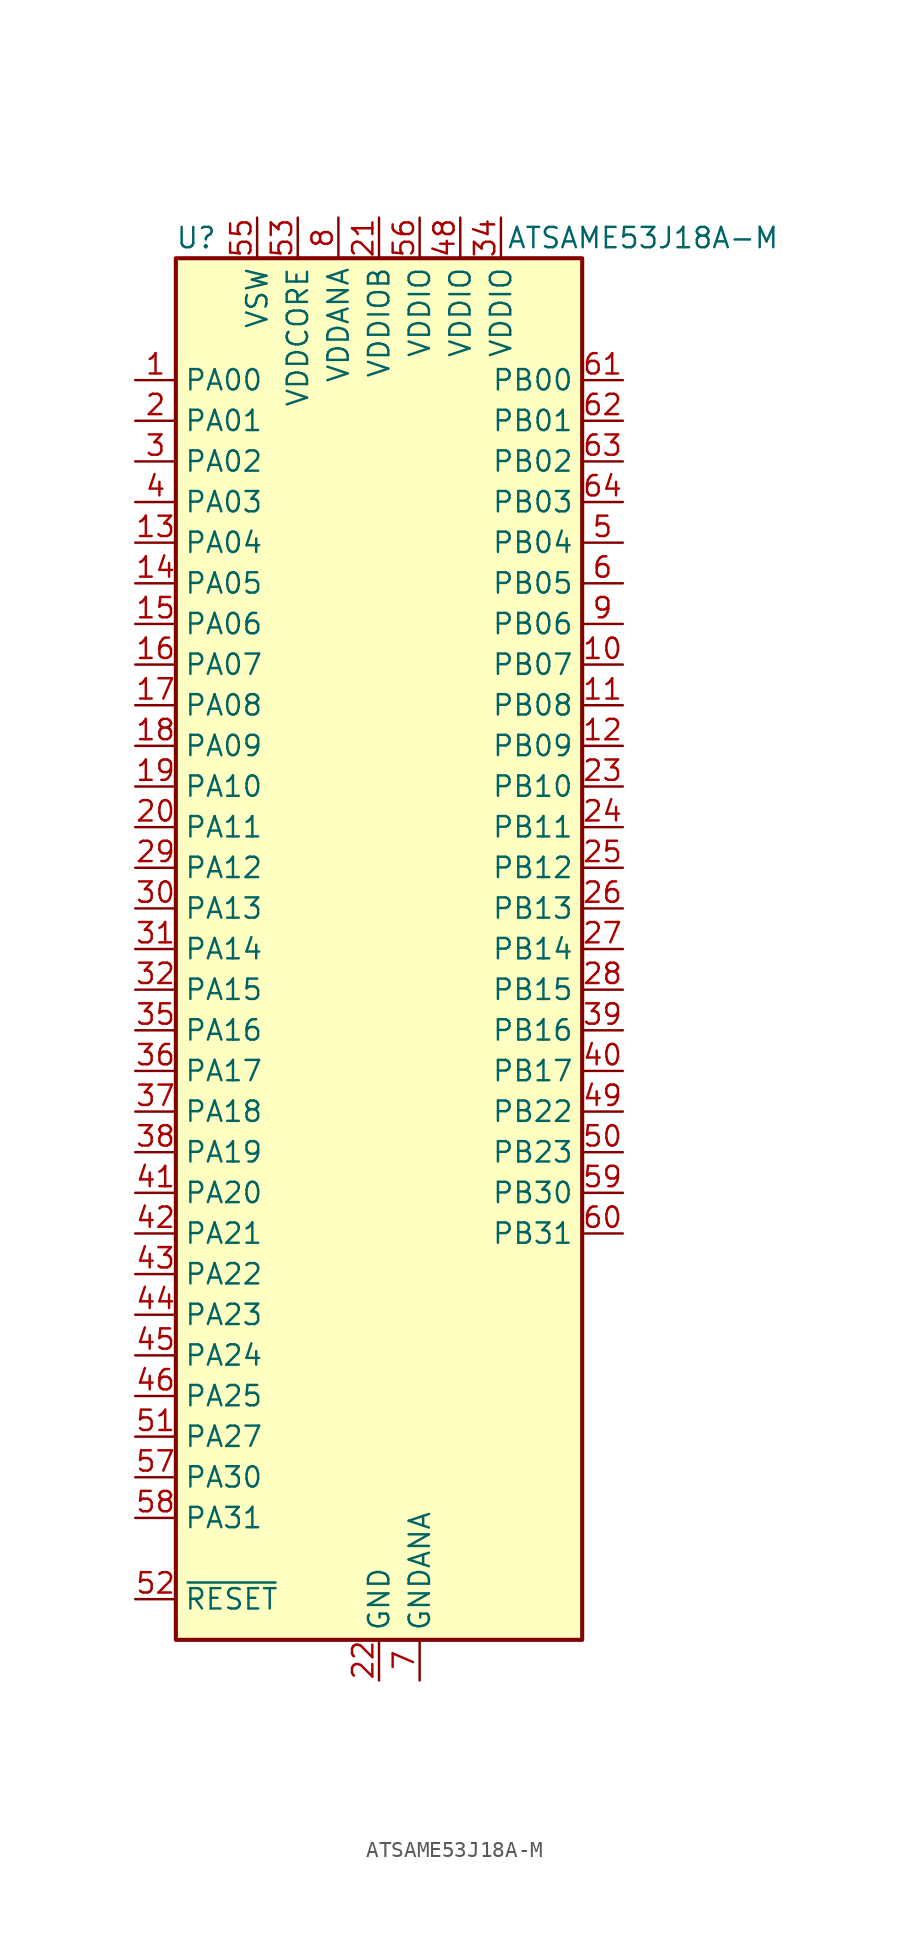
<source format=kicad_sym>
(kicad_symbol_lib
  (version 20211014)
  (generator kicad_symbol_editor)
  (symbol "ATSAME53J18A-M"
    (property "Reference" "U"
      (at -11.43 44.45 0)
      (effects (font (size 1.27 1.27))))
    (property "Value" "ATSAME53J18A-M"
      (at 16.51 44.45 0)
      (effects (font (size 1.27 1.27))))
    (symbol "ATSAME53J18A-M_0_1"
      (rectangle (start -12.7 43.18) (end 12.7 -43.18) (stroke (width 0.254) (type default) (color 0 0 0 0)) (fill (type background))))
    (symbol "ATSAME53J18A-M_1_1"
      (pin bidirectional line (at -15.24 35.56 0) (length 2.54) (name "PA00" (effects (font (size 1.27 1.27)))) (number "1" (effects (font (size 1.27 1.27)))))
      (pin bidirectional line (at 15.24 17.78 180) (length 2.54) (name "PB07" (effects (font (size 1.27 1.27)))) (number "10" (effects (font (size 1.27 1.27)))))
      (pin bidirectional line (at 15.24 15.24 180) (length 2.54) (name "PB08" (effects (font (size 1.27 1.27)))) (number "11" (effects (font (size 1.27 1.27)))))
      (pin bidirectional line (at 15.24 12.7 180) (length 2.54) (name "PB09" (effects (font (size 1.27 1.27)))) (number "12" (effects (font (size 1.27 1.27)))))
      (pin bidirectional line (at -15.24 25.4 0) (length 2.54) (name "PA04" (effects (font (size 1.27 1.27)))) (number "13" (effects (font (size 1.27 1.27)))))
      (pin bidirectional line (at -15.24 22.86 0) (length 2.54) (name "PA05" (effects (font (size 1.27 1.27)))) (number "14" (effects (font (size 1.27 1.27)))))
      (pin bidirectional line (at -15.24 20.32 0) (length 2.54) (name "PA06" (effects (font (size 1.27 1.27)))) (number "15" (effects (font (size 1.27 1.27)))))
      (pin bidirectional line (at -15.24 17.78 0) (length 2.54) (name "PA07" (effects (font (size 1.27 1.27)))) (number "16" (effects (font (size 1.27 1.27)))))
      (pin bidirectional line (at -15.24 15.24 0) (length 2.54) (name "PA08" (effects (font (size 1.27 1.27)))) (number "17" (effects (font (size 1.27 1.27)))))
      (pin bidirectional line (at -15.24 12.7 0) (length 2.54) (name "PA09" (effects (font (size 1.27 1.27)))) (number "18" (effects (font (size 1.27 1.27)))))
      (pin bidirectional line (at -15.24 10.16 0) (length 2.54) (name "PA10" (effects (font (size 1.27 1.27)))) (number "19" (effects (font (size 1.27 1.27)))))
      (pin bidirectional line (at -15.24 33.02 0) (length 2.54) (name "PA01" (effects (font (size 1.27 1.27)))) (number "2" (effects (font (size 1.27 1.27)))))
      (pin bidirectional line (at -15.24 7.62 0) (length 2.54) (name "PA11" (effects (font (size 1.27 1.27)))) (number "20" (effects (font (size 1.27 1.27)))))
      (pin power_in line (at 0 45.72 270) (length 2.54) (name "VDDIOB" (effects (font (size 1.27 1.27)))) (number "21" (effects (font (size 1.27 1.27)))))
      (pin power_in line (at 0 -45.72 90) (length 2.54) (name "GND" (effects (font (size 1.27 1.27)))) (number "22" (effects (font (size 1.27 1.27)))))
      (pin bidirectional line (at 15.24 10.16 180) (length 2.54) (name "PB10" (effects (font (size 1.27 1.27)))) (number "23" (effects (font (size 1.27 1.27)))))
      (pin bidirectional line (at 15.24 7.62 180) (length 2.54) (name "PB11" (effects (font (size 1.27 1.27)))) (number "24" (effects (font (size 1.27 1.27)))))
      (pin bidirectional line (at 15.24 5.08 180) (length 2.54) (name "PB12" (effects (font (size 1.27 1.27)))) (number "25" (effects (font (size 1.27 1.27)))))
      (pin bidirectional line (at 15.24 2.54 180) (length 2.54) (name "PB13" (effects (font (size 1.27 1.27)))) (number "26" (effects (font (size 1.27 1.27)))))
      (pin bidirectional line (at 15.24 0 180) (length 2.54) (name "PB14" (effects (font (size 1.27 1.27)))) (number "27" (effects (font (size 1.27 1.27)))))
      (pin bidirectional line (at 15.24 -2.54 180) (length 2.54) (name "PB15" (effects (font (size 1.27 1.27)))) (number "28" (effects (font (size 1.27 1.27)))))
      (pin bidirectional line (at -15.24 5.08 0) (length 2.54) (name "PA12" (effects (font (size 1.27 1.27)))) (number "29" (effects (font (size 1.27 1.27)))))
      (pin bidirectional line (at -15.24 30.48 0) (length 2.54) (name "PA02" (effects (font (size 1.27 1.27)))) (number "3" (effects (font (size 1.27 1.27)))))
      (pin bidirectional line (at -15.24 2.54 0) (length 2.54) (name "PA13" (effects (font (size 1.27 1.27)))) (number "30" (effects (font (size 1.27 1.27)))))
      (pin bidirectional line (at -15.24 0 0) (length 2.54) (name "PA14" (effects (font (size 1.27 1.27)))) (number "31" (effects (font (size 1.27 1.27)))))
      (pin bidirectional line (at -15.24 -2.54 0) (length 2.54) (name "PA15" (effects (font (size 1.27 1.27)))) (number "32" (effects (font (size 1.27 1.27)))))
      (pin passive line (at 0 -45.72 90) (length 2.54) hide (name "GND" (effects (font (size 1.27 1.27)))) (number "33" (effects (font (size 1.27 1.27)))))
      (pin power_in line (at 7.62 45.72 270) (length 2.54) (name "VDDIO" (effects (font (size 1.27 1.27)))) (number "34" (effects (font (size 1.27 1.27)))))
      (pin bidirectional line (at -15.24 -5.08 0) (length 2.54) (name "PA16" (effects (font (size 1.27 1.27)))) (number "35" (effects (font (size 1.27 1.27)))))
      (pin bidirectional line (at -15.24 -7.62 0) (length 2.54) (name "PA17" (effects (font (size 1.27 1.27)))) (number "36" (effects (font (size 1.27 1.27)))))
      (pin bidirectional line (at -15.24 -10.16 0) (length 2.54) (name "PA18" (effects (font (size 1.27 1.27)))) (number "37" (effects (font (size 1.27 1.27)))))
      (pin bidirectional line (at -15.24 -12.7 0) (length 2.54) (name "PA19" (effects (font (size 1.27 1.27)))) (number "38" (effects (font (size 1.27 1.27)))))
      (pin bidirectional line (at 15.24 -5.08 180) (length 2.54) (name "PB16" (effects (font (size 1.27 1.27)))) (number "39" (effects (font (size 1.27 1.27)))))
      (pin bidirectional line (at -15.24 27.94 0) (length 2.54) (name "PA03" (effects (font (size 1.27 1.27)))) (number "4" (effects (font (size 1.27 1.27)))))
      (pin bidirectional line (at 15.24 -7.62 180) (length 2.54) (name "PB17" (effects (font (size 1.27 1.27)))) (number "40" (effects (font (size 1.27 1.27)))))
      (pin bidirectional line (at -15.24 -15.24 0) (length 2.54) (name "PA20" (effects (font (size 1.27 1.27)))) (number "41" (effects (font (size 1.27 1.27)))))
      (pin bidirectional line (at -15.24 -17.78 0) (length 2.54) (name "PA21" (effects (font (size 1.27 1.27)))) (number "42" (effects (font (size 1.27 1.27)))))
      (pin bidirectional line (at -15.24 -20.32 0) (length 2.54) (name "PA22" (effects (font (size 1.27 1.27)))) (number "43" (effects (font (size 1.27 1.27)))))
      (pin bidirectional line (at -15.24 -22.86 0) (length 2.54) (name "PA23" (effects (font (size 1.27 1.27)))) (number "44" (effects (font (size 1.27 1.27)))))
      (pin bidirectional line (at -15.24 -25.4 0) (length 2.54) (name "PA24" (effects (font (size 1.27 1.27)))) (number "45" (effects (font (size 1.27 1.27)))))
      (pin bidirectional line (at -15.24 -27.94 0) (length 2.54) (name "PA25" (effects (font (size 1.27 1.27)))) (number "46" (effects (font (size 1.27 1.27)))))
      (pin passive line (at 0 -45.72 90) (length 2.54) hide (name "GND" (effects (font (size 1.27 1.27)))) (number "47" (effects (font (size 1.27 1.27)))))
      (pin power_in line (at 5.08 45.72 270) (length 2.54) (name "VDDIO" (effects (font (size 1.27 1.27)))) (number "48" (effects (font (size 1.27 1.27)))))
      (pin bidirectional line (at 15.24 -10.16 180) (length 2.54) (name "PB22" (effects (font (size 1.27 1.27)))) (number "49" (effects (font (size 1.27 1.27)))))
      (pin bidirectional line (at 15.24 25.4 180) (length 2.54) (name "PB04" (effects (font (size 1.27 1.27)))) (number "5" (effects (font (size 1.27 1.27)))))
      (pin bidirectional line (at 15.24 -12.7 180) (length 2.54) (name "PB23" (effects (font (size 1.27 1.27)))) (number "50" (effects (font (size 1.27 1.27)))))
      (pin bidirectional line (at -15.24 -30.48 0) (length 2.54) (name "PA27" (effects (font (size 1.27 1.27)))) (number "51" (effects (font (size 1.27 1.27)))))
      (pin input line (at -15.24 -40.64 0) (length 2.54) (name "~{RESET}" (effects (font (size 1.27 1.27)))) (number "52" (effects (font (size 1.27 1.27)))))
      (pin power_out line (at -5.08 45.72 270) (length 2.54) (name "VDDCORE" (effects (font (size 1.27 1.27)))) (number "53" (effects (font (size 1.27 1.27)))))
      (pin passive line (at 0 -45.72 90) (length 2.54) hide (name "GND" (effects (font (size 1.27 1.27)))) (number "54" (effects (font (size 1.27 1.27)))))
      (pin power_in line (at -7.62 45.72 270) (length 2.54) (name "VSW" (effects (font (size 1.27 1.27)))) (number "55" (effects (font (size 1.27 1.27)))))
      (pin power_in line (at 2.54 45.72 270) (length 2.54) (name "VDDIO" (effects (font (size 1.27 1.27)))) (number "56" (effects (font (size 1.27 1.27)))))
      (pin bidirectional line (at -15.24 -33.02 0) (length 2.54) (name "PA30" (effects (font (size 1.27 1.27)))) (number "57" (effects (font (size 1.27 1.27)))))
      (pin bidirectional line (at -15.24 -35.56 0) (length 2.54) (name "PA31" (effects (font (size 1.27 1.27)))) (number "58" (effects (font (size 1.27 1.27)))))
      (pin bidirectional line (at 15.24 -15.24 180) (length 2.54) (name "PB30" (effects (font (size 1.27 1.27)))) (number "59" (effects (font (size 1.27 1.27)))))
      (pin bidirectional line (at 15.24 22.86 180) (length 2.54) (name "PB05" (effects (font (size 1.27 1.27)))) (number "6" (effects (font (size 1.27 1.27)))))
      (pin bidirectional line (at 15.24 -17.78 180) (length 2.54) (name "PB31" (effects (font (size 1.27 1.27)))) (number "60" (effects (font (size 1.27 1.27)))))
      (pin bidirectional line (at 15.24 35.56 180) (length 2.54) (name "PB00" (effects (font (size 1.27 1.27)))) (number "61" (effects (font (size 1.27 1.27)))))
      (pin bidirectional line (at 15.24 33.02 180) (length 2.54) (name "PB01" (effects (font (size 1.27 1.27)))) (number "62" (effects (font (size 1.27 1.27)))))
      (pin bidirectional line (at 15.24 30.48 180) (length 2.54) (name "PB02" (effects (font (size 1.27 1.27)))) (number "63" (effects (font (size 1.27 1.27)))))
      (pin bidirectional line (at 15.24 27.94 180) (length 2.54) (name "PB03" (effects (font (size 1.27 1.27)))) (number "64" (effects (font (size 1.27 1.27)))))
      (pin passive line (at 0 -45.72 90) (length 2.54) hide (name "GND" (effects (font (size 1.27 1.27)))) (number "65" (effects (font (size 1.27 1.27)))))
      (pin power_in line (at 2.54 -45.72 90) (length 2.54) (name "GNDANA" (effects (font (size 1.27 1.27)))) (number "7" (effects (font (size 1.27 1.27)))))
      (pin power_in line (at -2.54 45.72 270) (length 2.54) (name "VDDANA" (effects (font (size 1.27 1.27)))) (number "8" (effects (font (size 1.27 1.27)))))
      (pin bidirectional line (at 15.24 20.32 180) (length 2.54) (name "PB06" (effects (font (size 1.27 1.27)))) (number "9" (effects (font (size 1.27 1.27))))))))
</source>
